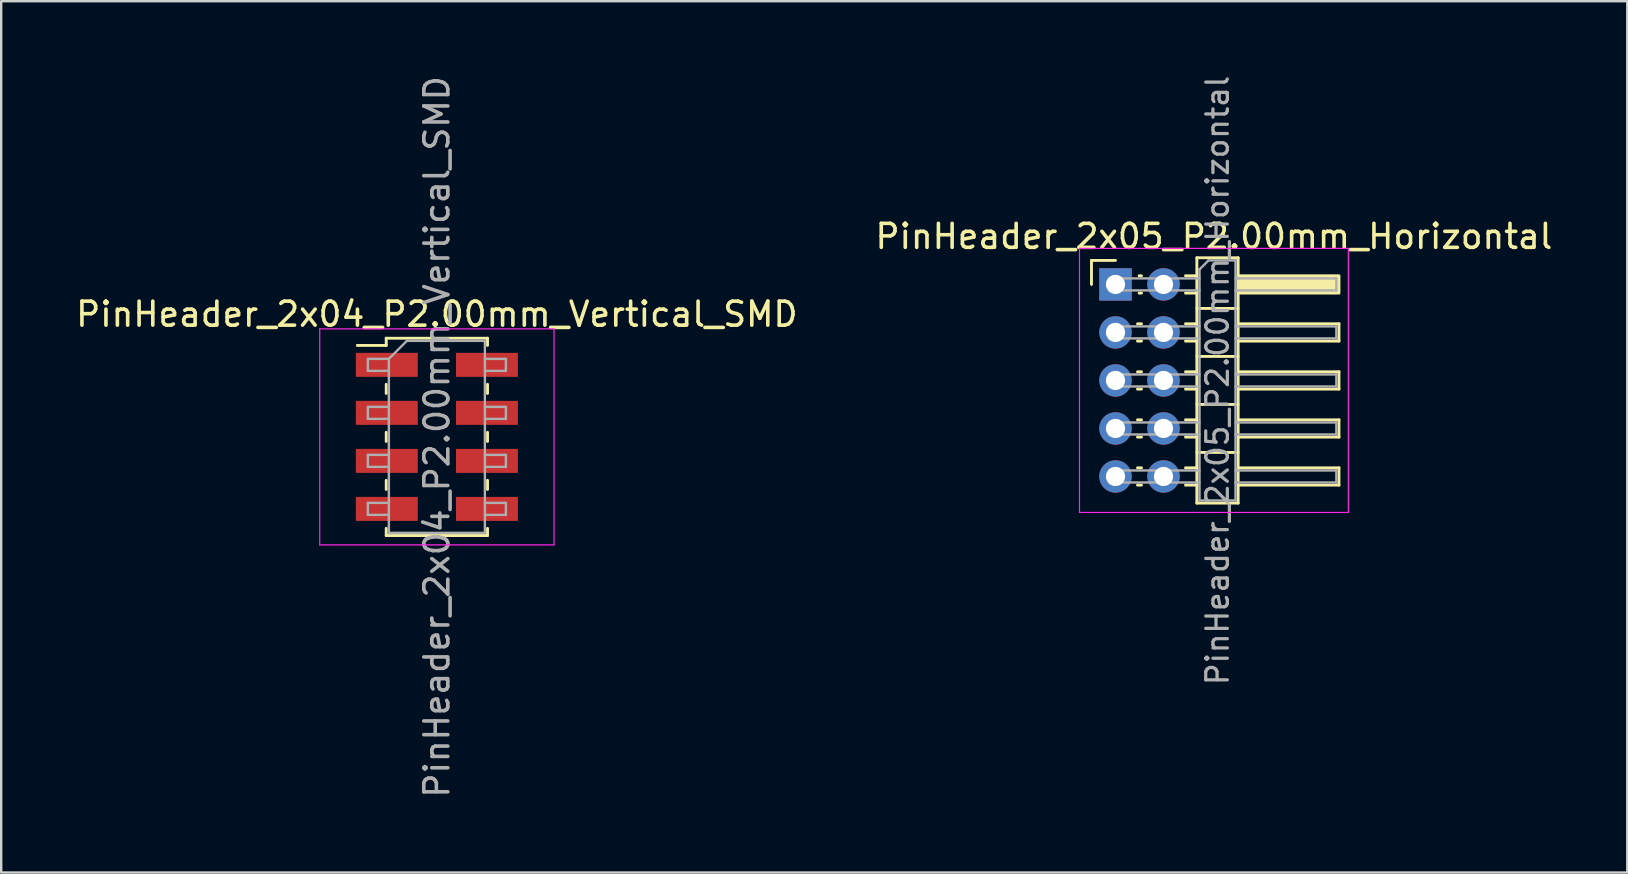
<source format=kicad_pcb>
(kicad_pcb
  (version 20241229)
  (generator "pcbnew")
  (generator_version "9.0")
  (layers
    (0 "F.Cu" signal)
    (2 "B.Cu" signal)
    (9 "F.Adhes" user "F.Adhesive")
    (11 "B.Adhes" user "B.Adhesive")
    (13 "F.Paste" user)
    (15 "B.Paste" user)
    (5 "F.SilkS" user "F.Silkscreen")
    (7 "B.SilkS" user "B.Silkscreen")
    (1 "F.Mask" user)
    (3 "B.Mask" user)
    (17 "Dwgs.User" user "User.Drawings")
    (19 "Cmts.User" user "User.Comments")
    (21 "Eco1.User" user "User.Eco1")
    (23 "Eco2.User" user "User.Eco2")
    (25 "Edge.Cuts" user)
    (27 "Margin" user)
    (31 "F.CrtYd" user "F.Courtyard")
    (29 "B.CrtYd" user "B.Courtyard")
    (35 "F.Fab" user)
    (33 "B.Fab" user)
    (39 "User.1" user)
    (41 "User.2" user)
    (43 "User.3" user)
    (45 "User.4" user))
  (footprint "PinHeader_2x04_P2.00mm_Vertical_SMD"
    (layer "F.Cu")
    (at 15.149 15.149)
    (property "Reference" "PinHeader_2x04_P2.00mm_Vertical_SMD" (at 0 -5.11 0) (layer "F.SilkS") (effects (font (size 1 1) (thickness 0.15))))
    (attr smd)
    (fp_line (start -3.315 -3.81) (end -2.11 -3.81) (stroke (width 0.12) (type solid)) (layer "F.SilkS"))
    (fp_line (start -2.11 -4.11) (end -2.11 -3.81) (stroke (width 0.12) (type solid)) (layer "F.SilkS"))
    (fp_line (start -2.11 -4.11) (end 2.11 -4.11) (stroke (width 0.12) (type solid)) (layer "F.SilkS"))
    (fp_line (start -2.11 -2.19) (end -2.11 -1.81) (stroke (width 0.12) (type solid)) (layer "F.SilkS"))
    (fp_line (start -2.11 -0.19) (end -2.11 0.19) (stroke (width 0.12) (type solid)) (layer "F.SilkS"))
    (fp_line (start -2.11 1.81) (end -2.11 2.19) (stroke (width 0.12) (type solid)) (layer "F.SilkS"))
    (fp_line (start -2.11 3.81) (end -2.11 4.11) (stroke (width 0.12) (type solid)) (layer "F.SilkS"))
    (fp_line (start -2.11 4.11) (end 2.11 4.11) (stroke (width 0.12) (type solid)) (layer "F.SilkS"))
    (fp_line (start 2.11 -4.11) (end 2.11 -3.81) (stroke (width 0.12) (type solid)) (layer "F.SilkS"))
    (fp_line (start 2.11 -2.19) (end 2.11 -1.81) (stroke (width 0.12) (type solid)) (layer "F.SilkS"))
    (fp_line (start 2.11 -0.19) (end 2.11 0.19) (stroke (width 0.12) (type solid)) (layer "F.SilkS"))
    (fp_line (start 2.11 1.81) (end 2.11 2.19) (stroke (width 0.12) (type solid)) (layer "F.SilkS"))
    (fp_line (start 2.11 3.81) (end 2.11 4.11) (stroke (width 0.12) (type solid)) (layer "F.SilkS"))
    (fp_line (start -4.88 -4.5) (end -4.88 4.5) (stroke (width 0.05) (type solid)) (layer "F.CrtYd"))
    (fp_line (start -4.88 4.5) (end 4.88 4.5) (stroke (width 0.05) (type solid)) (layer "F.CrtYd"))
    (fp_line (start 4.88 -4.5) (end -4.88 -4.5) (stroke (width 0.05) (type solid)) (layer "F.CrtYd"))
    (fp_line (start 4.88 4.5) (end 4.88 -4.5) (stroke (width 0.05) (type solid)) (layer "F.CrtYd"))
    (fp_line (start -2.875 -3.25) (end -2.875 -2.75) (stroke (width 0.1) (type solid)) (layer "F.Fab"))
    (fp_line (start -2.875 -2.75) (end -2 -2.75) (stroke (width 0.1) (type solid)) (layer "F.Fab"))
    (fp_line (start -2.875 -1.25) (end -2.875 -0.75) (stroke (width 0.1) (type solid)) (layer "F.Fab"))
    (fp_line (start -2.875 -0.75) (end -2 -0.75) (stroke (width 0.1) (type solid)) (layer "F.Fab"))
    (fp_line (start -2.875 0.75) (end -2.875 1.25) (stroke (width 0.1) (type solid)) (layer "F.Fab"))
    (fp_line (start -2.875 1.25) (end -2 1.25) (stroke (width 0.1) (type solid)) (layer "F.Fab"))
    (fp_line (start -2.875 2.75) (end -2.875 3.25) (stroke (width 0.1) (type solid)) (layer "F.Fab"))
    (fp_line (start -2.875 3.25) (end -2 3.25) (stroke (width 0.1) (type solid)) (layer "F.Fab"))
    (fp_line (start -2 -3.25) (end -2.875 -3.25) (stroke (width 0.1) (type solid)) (layer "F.Fab"))
    (fp_line (start -2 -3.25) (end -1.25 -4) (stroke (width 0.1) (type solid)) (layer "F.Fab"))
    (fp_line (start -2 -1.25) (end -2.875 -1.25) (stroke (width 0.1) (type solid)) (layer "F.Fab"))
    (fp_line (start -2 0.75) (end -2.875 0.75) (stroke (width 0.1) (type solid)) (layer "F.Fab"))
    (fp_line (start -2 2.75) (end -2.875 2.75) (stroke (width 0.1) (type solid)) (layer "F.Fab"))
    (fp_line (start -2 4) (end -2 -3.25) (stroke (width 0.1) (type solid)) (layer "F.Fab"))
    (fp_line (start -1.25 -4) (end 2 -4) (stroke (width 0.1) (type solid)) (layer "F.Fab"))
    (fp_line (start 2 -4) (end 2 4) (stroke (width 0.1) (type solid)) (layer "F.Fab"))
    (fp_line (start 2 -3.25) (end 2.875 -3.25) (stroke (width 0.1) (type solid)) (layer "F.Fab"))
    (fp_line (start 2 -1.25) (end 2.875 -1.25) (stroke (width 0.1) (type solid)) (layer "F.Fab"))
    (fp_line (start 2 0.75) (end 2.875 0.75) (stroke (width 0.1) (type solid)) (layer "F.Fab"))
    (fp_line (start 2 2.75) (end 2.875 2.75) (stroke (width 0.1) (type solid)) (layer "F.Fab"))
    (fp_line (start 2 4) (end -2 4) (stroke (width 0.1) (type solid)) (layer "F.Fab"))
    (fp_line (start 2.875 -3.25) (end 2.875 -2.75) (stroke (width 0.1) (type solid)) (layer "F.Fab"))
    (fp_line (start 2.875 -2.75) (end 2 -2.75) (stroke (width 0.1) (type solid)) (layer "F.Fab"))
    (fp_line (start 2.875 -1.25) (end 2.875 -0.75) (stroke (width 0.1) (type solid)) (layer "F.Fab"))
    (fp_line (start 2.875 -0.75) (end 2 -0.75) (stroke (width 0.1) (type solid)) (layer "F.Fab"))
    (fp_line (start 2.875 0.75) (end 2.875 1.25) (stroke (width 0.1) (type solid)) (layer "F.Fab"))
    (fp_line (start 2.875 1.25) (end 2 1.25) (stroke (width 0.1) (type solid)) (layer "F.Fab"))
    (fp_line (start 2.875 2.75) (end 2.875 3.25) (stroke (width 0.1) (type solid)) (layer "F.Fab"))
    (fp_line (start 2.875 3.25) (end 2 3.25) (stroke (width 0.1) (type solid)) (layer "F.Fab"))
    (fp_text user "${REFERENCE}" (at 0 0 90) (layer "F.Fab") (effects (font (size 1 1) (thickness 0.15))))
    (pad "1" smd rect (at -2.085 -3) (size 2.58 1) (layers "F.Cu" "F.Mask" "F.Paste"))
    (pad "2" smd rect (at 2.085 -3) (size 2.58 1) (layers "F.Cu" "F.Mask" "F.Paste"))
    (pad "3" smd rect (at -2.085 -1) (size 2.58 1) (layers "F.Cu" "F.Mask" "F.Paste"))
    (pad "4" smd rect (at 2.085 -1) (size 2.58 1) (layers "F.Cu" "F.Mask" "F.Paste"))
    (pad "5" smd rect (at -2.085 1) (size 2.58 1) (layers "F.Cu" "F.Mask" "F.Paste"))
    (pad "6" smd rect (at 2.085 1) (size 2.58 1) (layers "F.Cu" "F.Mask" "F.Paste"))
    (pad "7" smd rect (at -2.085 3) (size 2.58 1) (layers "F.Cu" "F.Mask" "F.Paste"))
    (pad "8" smd rect (at 2.085 3) (size 2.58 1) (layers "F.Cu" "F.Mask" "F.Paste")))
  (footprint "PinHeader_2x05_P2.00mm_Horizontal"
    (layer "F.Cu")
    (at 43.418 8.798)
    (property "Reference" "PinHeader_2x05_P2.00mm_Horizontal" (at 4.1 -2 0) (layer "F.SilkS") (effects (font (size 1 1) (thickness 0.15))))
    (attr through_hole)
    (fp_line (start -1 -1) (end 0 -1) (stroke (width 0.12) (type solid)) (layer "F.SilkS"))
    (fp_line (start -1 0) (end -1 -1) (stroke (width 0.12) (type solid)) (layer "F.SilkS"))
    (fp_line (start 0.917 1.64) (end 1.083 1.64) (stroke (width 0.12) (type solid)) (layer "F.SilkS"))
    (fp_line (start 0.917 2.36) (end 1.083 2.36) (stroke (width 0.12) (type solid)) (layer "F.SilkS"))
    (fp_line (start 0.917 3.64) (end 1.083 3.64) (stroke (width 0.12) (type solid)) (layer "F.SilkS"))
    (fp_line (start 0.917 4.36) (end 1.083 4.36) (stroke (width 0.12) (type solid)) (layer "F.SilkS"))
    (fp_line (start 0.917 5.64) (end 1.083 5.64) (stroke (width 0.12) (type solid)) (layer "F.SilkS"))
    (fp_line (start 0.917 6.36) (end 1.083 6.36) (stroke (width 0.12) (type solid)) (layer "F.SilkS"))
    (fp_line (start 0.917 7.64) (end 1.083 7.64) (stroke (width 0.12) (type solid)) (layer "F.SilkS"))
    (fp_line (start 0.917 8.36) (end 1.083 8.36) (stroke (width 0.12) (type solid)) (layer "F.SilkS"))
    (fp_line (start 0.985 -0.36) (end 1.083 -0.36) (stroke (width 0.12) (type solid)) (layer "F.SilkS"))
    (fp_line (start 0.985 0.36) (end 1.083 0.36) (stroke (width 0.12) (type solid)) (layer "F.SilkS"))
    (fp_line (start 2.917 -0.36) (end 3.39 -0.36) (stroke (width 0.12) (type solid)) (layer "F.SilkS"))
    (fp_line (start 2.917 0.36) (end 3.39 0.36) (stroke (width 0.12) (type solid)) (layer "F.SilkS"))
    (fp_line (start 2.917 1.64) (end 3.39 1.64) (stroke (width 0.12) (type solid)) (layer "F.SilkS"))
    (fp_line (start 2.917 2.36) (end 3.39 2.36) (stroke (width 0.12) (type solid)) (layer "F.SilkS"))
    (fp_line (start 2.917 3.64) (end 3.39 3.64) (stroke (width 0.12) (type solid)) (layer "F.SilkS"))
    (fp_line (start 2.917 4.36) (end 3.39 4.36) (stroke (width 0.12) (type solid)) (layer "F.SilkS"))
    (fp_line (start 2.917 5.64) (end 3.39 5.64) (stroke (width 0.12) (type solid)) (layer "F.SilkS"))
    (fp_line (start 2.917 6.36) (end 3.39 6.36) (stroke (width 0.12) (type solid)) (layer "F.SilkS"))
    (fp_line (start 2.917 7.64) (end 3.39 7.64) (stroke (width 0.12) (type solid)) (layer "F.SilkS"))
    (fp_line (start 2.917 8.36) (end 3.39 8.36) (stroke (width 0.12) (type solid)) (layer "F.SilkS"))
    (fp_line (start 3.39 -1.11) (end 3.39 9.11) (stroke (width 0.12) (type solid)) (layer "F.SilkS"))
    (fp_line (start 3.39 1) (end 5.11 1) (stroke (width 0.12) (type solid)) (layer "F.SilkS"))
    (fp_line (start 3.39 3) (end 5.11 3) (stroke (width 0.12) (type solid)) (layer "F.SilkS"))
    (fp_line (start 3.39 5) (end 5.11 5) (stroke (width 0.12) (type solid)) (layer "F.SilkS"))
    (fp_line (start 3.39 7) (end 5.11 7) (stroke (width 0.12) (type solid)) (layer "F.SilkS"))
    (fp_line (start 3.39 9.11) (end 5.11 9.11) (stroke (width 0.12) (type solid)) (layer "F.SilkS"))
    (fp_line (start 5.11 -1.11) (end 3.39 -1.11) (stroke (width 0.12) (type solid)) (layer "F.SilkS"))
    (fp_line (start 5.11 1.64) (end 9.31 1.64) (stroke (width 0.12) (type solid)) (layer "F.SilkS"))
    (fp_line (start 5.11 3.64) (end 9.31 3.64) (stroke (width 0.12) (type solid)) (layer "F.SilkS"))
    (fp_line (start 5.11 5.64) (end 9.31 5.64) (stroke (width 0.12) (type solid)) (layer "F.SilkS"))
    (fp_line (start 5.11 7.64) (end 9.31 7.64) (stroke (width 0.12) (type solid)) (layer "F.SilkS"))
    (fp_line (start 5.11 9.11) (end 5.11 -1.11) (stroke (width 0.12) (type solid)) (layer "F.SilkS"))
    (fp_line (start 9.31 1.64) (end 9.31 2.36) (stroke (width 0.12) (type solid)) (layer "F.SilkS"))
    (fp_line (start 9.31 2.36) (end 5.11 2.36) (stroke (width 0.12) (type solid)) (layer "F.SilkS"))
    (fp_line (start 9.31 3.64) (end 9.31 4.36) (stroke (width 0.12) (type solid)) (layer "F.SilkS"))
    (fp_line (start 9.31 4.36) (end 5.11 4.36) (stroke (width 0.12) (type solid)) (layer "F.SilkS"))
    (fp_line (start 9.31 5.64) (end 9.31 6.36) (stroke (width 0.12) (type solid)) (layer "F.SilkS"))
    (fp_line (start 9.31 6.36) (end 5.11 6.36) (stroke (width 0.12) (type solid)) (layer "F.SilkS"))
    (fp_line (start 9.31 7.64) (end 9.31 8.36) (stroke (width 0.12) (type solid)) (layer "F.SilkS"))
    (fp_line (start 9.31 8.36) (end 5.11 8.36) (stroke (width 0.12) (type solid)) (layer "F.SilkS"))
    (fp_rect (start 5.11 -0.36) (end 9.31 0.36) (stroke (width 0.12) (type solid)) (fill yes) (layer "F.SilkS"))
    (fp_line (start -1.5 -1.5) (end -1.5 9.5) (stroke (width 0.05) (type solid)) (layer "F.CrtYd"))
    (fp_line (start -1.5 9.5) (end 9.7 9.5) (stroke (width 0.05) (type solid)) (layer "F.CrtYd"))
    (fp_line (start 9.7 -1.5) (end -1.5 -1.5) (stroke (width 0.05) (type solid)) (layer "F.CrtYd"))
    (fp_line (start 9.7 9.5) (end 9.7 -1.5) (stroke (width 0.05) (type solid)) (layer "F.CrtYd"))
    (fp_line (start -0.25 -0.25) (end -0.25 0.25) (stroke (width 0.1) (type solid)) (layer "F.Fab"))
    (fp_line (start -0.25 -0.25) (end 3.5 -0.25) (stroke (width 0.1) (type solid)) (layer "F.Fab"))
    (fp_line (start -0.25 0.25) (end 3.5 0.25) (stroke (width 0.1) (type solid)) (layer "F.Fab"))
    (fp_line (start -0.25 1.75) (end -0.25 2.25) (stroke (width 0.1) (type solid)) (layer "F.Fab"))
    (fp_line (start -0.25 1.75) (end 3.5 1.75) (stroke (width 0.1) (type solid)) (layer "F.Fab"))
    (fp_line (start -0.25 2.25) (end 3.5 2.25) (stroke (width 0.1) (type solid)) (layer "F.Fab"))
    (fp_line (start -0.25 3.75) (end -0.25 4.25) (stroke (width 0.1) (type solid)) (layer "F.Fab"))
    (fp_line (start -0.25 3.75) (end 3.5 3.75) (stroke (width 0.1) (type solid)) (layer "F.Fab"))
    (fp_line (start -0.25 4.25) (end 3.5 4.25) (stroke (width 0.1) (type solid)) (layer "F.Fab"))
    (fp_line (start -0.25 5.75) (end -0.25 6.25) (stroke (width 0.1) (type solid)) (layer "F.Fab"))
    (fp_line (start -0.25 5.75) (end 3.5 5.75) (stroke (width 0.1) (type solid)) (layer "F.Fab"))
    (fp_line (start -0.25 6.25) (end 3.5 6.25) (stroke (width 0.1) (type solid)) (layer "F.Fab"))
    (fp_line (start -0.25 7.75) (end -0.25 8.25) (stroke (width 0.1) (type solid)) (layer "F.Fab"))
    (fp_line (start -0.25 7.75) (end 3.5 7.75) (stroke (width 0.1) (type solid)) (layer "F.Fab"))
    (fp_line (start -0.25 8.25) (end 3.5 8.25) (stroke (width 0.1) (type solid)) (layer "F.Fab"))
    (fp_line (start 3.5 -0.625) (end 3.875 -1) (stroke (width 0.1) (type solid)) (layer "F.Fab"))
    (fp_line (start 3.5 9) (end 3.5 -0.625) (stroke (width 0.1) (type solid)) (layer "F.Fab"))
    (fp_line (start 3.875 -1) (end 5 -1) (stroke (width 0.1) (type solid)) (layer "F.Fab"))
    (fp_line (start 5 -1) (end 5 9) (stroke (width 0.1) (type solid)) (layer "F.Fab"))
    (fp_line (start 5 -0.25) (end 9.2 -0.25) (stroke (width 0.1) (type solid)) (layer "F.Fab"))
    (fp_line (start 5 0.25) (end 9.2 0.25) (stroke (width 0.1) (type solid)) (layer "F.Fab"))
    (fp_line (start 5 1.75) (end 9.2 1.75) (stroke (width 0.1) (type solid)) (layer "F.Fab"))
    (fp_line (start 5 2.25) (end 9.2 2.25) (stroke (width 0.1) (type solid)) (layer "F.Fab"))
    (fp_line (start 5 3.75) (end 9.2 3.75) (stroke (width 0.1) (type solid)) (layer "F.Fab"))
    (fp_line (start 5 4.25) (end 9.2 4.25) (stroke (width 0.1) (type solid)) (layer "F.Fab"))
    (fp_line (start 5 5.75) (end 9.2 5.75) (stroke (width 0.1) (type solid)) (layer "F.Fab"))
    (fp_line (start 5 6.25) (end 9.2 6.25) (stroke (width 0.1) (type solid)) (layer "F.Fab"))
    (fp_line (start 5 7.75) (end 9.2 7.75) (stroke (width 0.1) (type solid)) (layer "F.Fab"))
    (fp_line (start 5 8.25) (end 9.2 8.25) (stroke (width 0.1) (type solid)) (layer "F.Fab"))
    (fp_line (start 5 9) (end 3.5 9) (stroke (width 0.1) (type solid)) (layer "F.Fab"))
    (fp_line (start 9.2 -0.25) (end 9.2 0.25) (stroke (width 0.1) (type solid)) (layer "F.Fab"))
    (fp_line (start 9.2 1.75) (end 9.2 2.25) (stroke (width 0.1) (type solid)) (layer "F.Fab"))
    (fp_line (start 9.2 3.75) (end 9.2 4.25) (stroke (width 0.1) (type solid)) (layer "F.Fab"))
    (fp_line (start 9.2 5.75) (end 9.2 6.25) (stroke (width 0.1) (type solid)) (layer "F.Fab"))
    (fp_line (start 9.2 7.75) (end 9.2 8.25) (stroke (width 0.1) (type solid)) (layer "F.Fab"))
    (fp_text user "${REFERENCE}" (at 4.25 4 90) (layer "F.Fab") (effects (font (size 0.9 0.9) (thickness 0.135))))
    (pad "1" thru_hole rect (at 0 0) (size 1.35 1.35) (drill 0.8) (layers "*.Cu" "*.Mask"))
    (pad "2" thru_hole circle (at 2 0) (size 1.35 1.35) (drill 0.8) (layers "*.Cu" "*.Mask"))
    (pad "3" thru_hole circle (at 0 2) (size 1.35 1.35) (drill 0.8) (layers "*.Cu" "*.Mask"))
    (pad "4" thru_hole circle (at 2 2) (size 1.35 1.35) (drill 0.8) (layers "*.Cu" "*.Mask"))
    (pad "5" thru_hole circle (at 0 4) (size 1.35 1.35) (drill 0.8) (layers "*.Cu" "*.Mask"))
    (pad "6" thru_hole circle (at 2 4) (size 1.35 1.35) (drill 0.8) (layers "*.Cu" "*.Mask"))
    (pad "7" thru_hole circle (at 0 6) (size 1.35 1.35) (drill 0.8) (layers "*.Cu" "*.Mask"))
    (pad "8" thru_hole circle (at 2 6) (size 1.35 1.35) (drill 0.8) (layers "*.Cu" "*.Mask"))
    (pad "9" thru_hole circle (at 0 8) (size 1.35 1.35) (drill 0.8) (layers "*.Cu" "*.Mask"))
    (pad "10" thru_hole circle (at 2 8) (size 1.35 1.35) (drill 0.8) (layers "*.Cu" "*.Mask")))
  (gr_rect
    (start -3 -3)
    (end 64.738 33.298)
    (stroke (width 0.1) (type default))
    (fill no)
    (layer "Edge.Cuts")))
</source>
